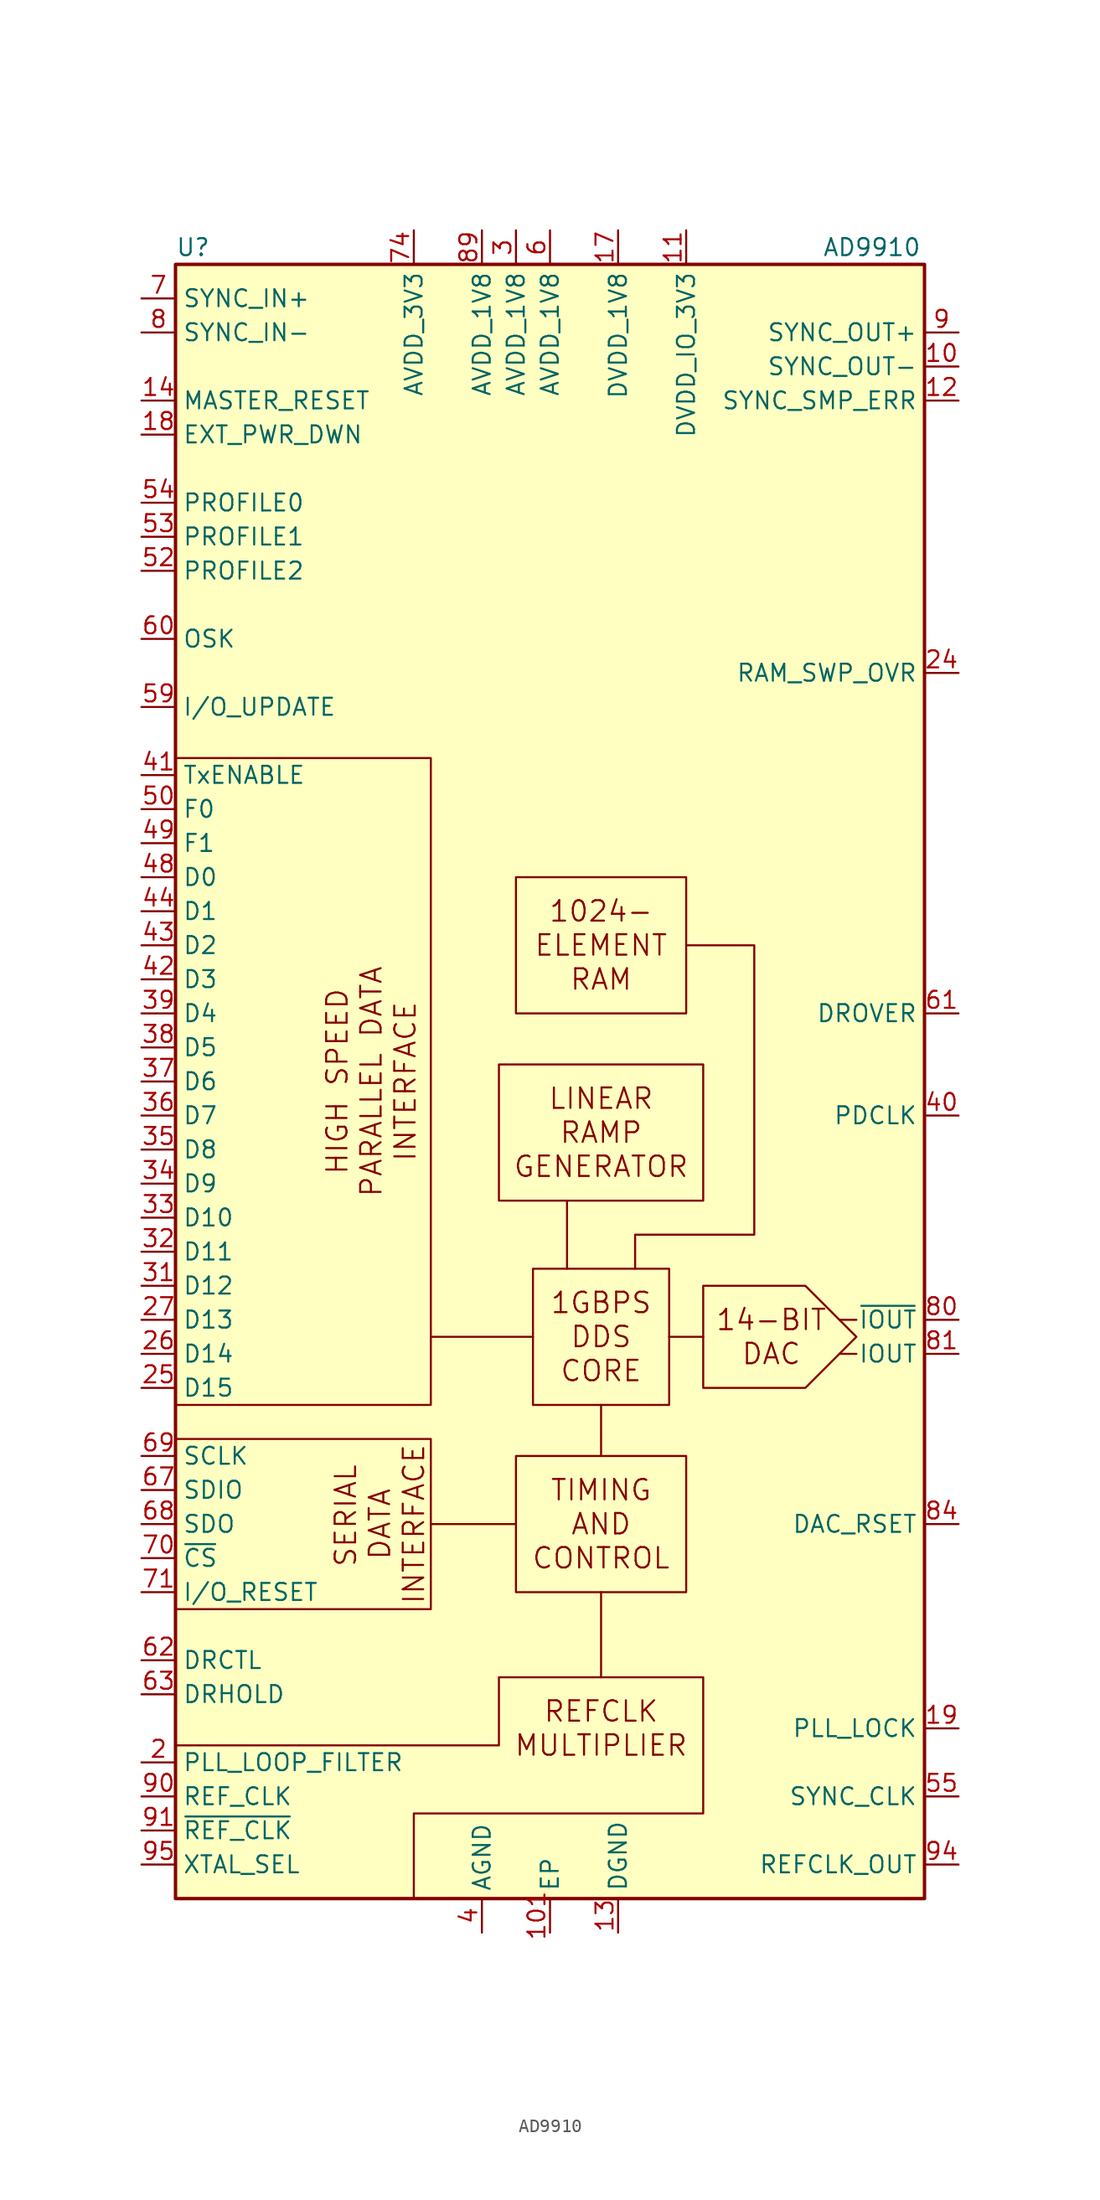
<source format=kicad_sym>
(kicad_symbol_lib
  (version 20200908)
  (generator kicad_symbol_editor)
  (symbol "Interface:AD9910"
    (property "Reference" "U"
      (at -27.94 62.23 0)
      (effects (font (size 1.27 1.27)) (justify left)))
    (property "Value" "AD9910"
      (at 20.32 62.23 0)
      (effects (font (size 1.27 1.27)) (justify left)))
    (symbol "AD9910_0_0"
      (text "1024-" (at 3.81 12.7 0) (effects (font (size 1.524 1.524))))
      (text "1GBPS" (at 3.81 -16.51 0) (effects (font (size 1.524 1.524))))
      (text "AND" (at 3.81 -33.02 0) (effects (font (size 1.524 1.524))))
      (text "CONTROL" (at 3.81 -35.56 0) (effects (font (size 1.524 1.524))))
      (text "CORE" (at 3.81 -21.59 0) (effects (font (size 1.524 1.524))))
      (text "DAC" (at 16.51 -20.32 0) (effects (font (size 1.524 1.524))))
      (text "DATA" (at -12.7 -33.02 900) (effects (font (size 1.524 1.524))))
      (text "DDS" (at 3.81 -19.05 0) (effects (font (size 1.524 1.524))))
      (text "ELEMENT" (at 3.81 10.16 0) (effects (font (size 1.524 1.524))))
      (text "GENERATOR" (at 3.81 -6.35 0) (effects (font (size 1.524 1.524))))
      (text "HIGH SPEED" (at -15.875 0 900) (effects (font (size 1.524 1.524))))
      (text "INTERFACE" (at -10.795 0 900) (effects (font (size 1.524 1.524))))
      (text "INTERFACE" (at -10.16 -33.02 900) (effects (font (size 1.524 1.524))))
      (text "LINEAR" (at 3.81 -1.27 0) (effects (font (size 1.524 1.524))))
      (text "MULTIPLIER" (at 3.81 -49.53 0) (effects (font (size 1.524 1.524))))
      (text "PARALLEL DATA" (at -13.335 0 900) (effects (font (size 1.524 1.524))))
      (text "RAM" (at 3.81 7.62 0) (effects (font (size 1.524 1.524))))
      (text "RAMP" (at 3.81 -3.81 0) (effects (font (size 1.524 1.524))))
      (text "REFCLK" (at 3.81 -46.99 0) (effects (font (size 1.524 1.524))))
      (text "SERIAL" (at -15.24 -32.385 900) (effects (font (size 1.524 1.524))))
      (text "TIMING" (at 3.81 -30.48 0) (effects (font (size 1.524 1.524))))
      (rectangle (start -2.54 -27.94) (end 10.16 -38.1) (stroke (width 0)) (fill (type none)))
      (rectangle (start -2.54 15.24) (end 10.16 5.08) (stroke (width 0)) (fill (type none)))
      (rectangle (start 8.89 -13.97) (end -1.27 -24.13) (stroke (width 0)) (fill (type none)))
      (rectangle (start 11.43 -8.89) (end -3.81 1.27) (stroke (width 0)) (fill (type none)))
      (polyline (pts (xy -2.54 -33.02) (xy -8.89 -33.02)) (stroke (width 0)) (fill (type none)))
      (polyline (pts (xy -1.27 -19.05) (xy -8.89 -19.05)) (stroke (width 0)) (fill (type none)))
      (polyline (pts (xy 1.27 -13.97) (xy 1.27 -8.89)) (stroke (width 0)) (fill (type none)))
      (polyline (pts (xy 3.81 -38.1) (xy 3.81 -44.45)) (stroke (width 0)) (fill (type none)))
      (polyline (pts (xy 3.81 -24.13) (xy 3.81 -27.94)) (stroke (width 0)) (fill (type none)))
      (polyline (pts (xy 11.43 -19.05) (xy 8.89 -19.05)) (stroke (width 0)) (fill (type none)))
      (polyline (pts (xy 21.59 -20.32) (xy 22.86 -20.32)) (stroke (width 0)) (fill (type none)))
      (polyline (pts (xy 22.86 -17.78) (xy 21.59 -17.78)) (stroke (width 0)) (fill (type none)))
      (polyline (pts (xy -27.94 -26.67) (xy -8.89 -26.67) (xy -8.89 -39.37) (xy -27.94 -39.37)) (stroke (width 0)) (fill (type none)))
      (polyline (pts (xy -27.94 24.13) (xy -8.89 24.13) (xy -8.89 -24.13) (xy -27.94 -24.13)) (stroke (width 0)) (fill (type none)))
      (polyline (pts (xy 10.16 10.16) (xy 15.24 10.16) (xy 15.24 -11.43) (xy 6.35 -11.43) (xy 6.35 -13.97)) (stroke (width 0)) (fill (type none)))
      (polyline (pts (xy 22.86 -19.05) (xy 19.05 -15.24) (xy 11.43 -15.24) (xy 11.43 -22.86) (xy 19.05 -22.86) (xy 22.86 -19.05)) (stroke (width 0)) (fill (type none)))
      (polyline (pts (xy -10.16 -60.96) (xy -10.16 -54.61) (xy 11.43 -54.61) (xy 11.43 -44.45) (xy -3.81 -44.45) (xy -3.81 -49.53) (xy -27.94 -49.53)) (stroke (width 0)) (fill (type none))))
    (symbol "AD9910_1_0"
      (text "14-BIT" (at 16.51 -17.78 0) (effects (font (size 1.524 1.524)))))
    (symbol "AD9910_0_1"
      (rectangle (start -27.94 60.96) (end 27.94 -60.96) (stroke (width 0.254)) (fill (type background))))
    (symbol "AD9910_1_1"
      (pin unconnected line (at 27.94 48.26 180) (length 2.54) hide (name "NC" (effects (font (size 1.27 1.27)))) (number "1" (effects (font (size 1.27 1.27)))))
      (pin output line (at 30.48 53.34 180) (length 2.54) (name "SYNC_OUT-" (effects (font (size 1.27 1.27)))) (number "10" (effects (font (size 1.27 1.27)))))
      (pin unconnected line (at 27.94 22.86 180) (length 2.54) hide (name "NC" (effects (font (size 1.27 1.27)))) (number "100" (effects (font (size 1.27 1.27)))))
      (pin power_in line (at 0 -63.5 90) (length 2.54) (name "EP" (effects (font (size 1.27 1.27)))) (number "101" (effects (font (size 1.27 1.27)))))
      (pin power_in line (at 10.16 63.5 270) (length 2.54) (name "DVDD_IO_3V3" (effects (font (size 1.27 1.27)))) (number "11" (effects (font (size 1.27 1.27)))))
      (pin output line (at 30.48 50.8 180) (length 2.54) (name "SYNC_SMP_ERR" (effects (font (size 1.27 1.27)))) (number "12" (effects (font (size 1.27 1.27)))))
      (pin power_in line (at 5.08 -63.5 90) (length 2.54) (name "DGND" (effects (font (size 1.27 1.27)))) (number "13" (effects (font (size 1.27 1.27)))))
      (pin input line (at -30.48 50.8 0) (length 2.54) (name "MASTER_RESET" (effects (font (size 1.27 1.27)))) (number "14" (effects (font (size 1.27 1.27)))))
      (pin passive line (at 10.16 63.5 270) (length 2.54) hide (name "DVDD_IO_3V3" (effects (font (size 1.27 1.27)))) (number "15" (effects (font (size 1.27 1.27)))))
      (pin passive line (at 5.08 -63.5 90) (length 2.54) hide (name "DGND" (effects (font (size 1.27 1.27)))) (number "16" (effects (font (size 1.27 1.27)))))
      (pin power_in line (at 5.08 63.5 270) (length 2.54) (name "DVDD_1V8" (effects (font (size 1.27 1.27)))) (number "17" (effects (font (size 1.27 1.27)))))
      (pin input line (at -30.48 48.26 0) (length 2.54) (name "EXT_PWR_DWN" (effects (font (size 1.27 1.27)))) (number "18" (effects (font (size 1.27 1.27)))))
      (pin output line (at 30.48 -48.26 180) (length 2.54) (name "PLL_LOCK" (effects (font (size 1.27 1.27)))) (number "19" (effects (font (size 1.27 1.27)))))
      (pin input line (at -30.48 -50.8 0) (length 2.54) (name "PLL_LOOP_FILTER" (effects (font (size 1.27 1.27)))) (number "2" (effects (font (size 1.27 1.27)))))
      (pin unconnected line (at 27.94 45.72 180) (length 2.54) hide (name "NC" (effects (font (size 1.27 1.27)))) (number "20" (effects (font (size 1.27 1.27)))))
      (pin passive line (at 10.16 63.5 270) (length 2.54) hide (name "DVDD_IO_3V3" (effects (font (size 1.27 1.27)))) (number "21" (effects (font (size 1.27 1.27)))))
      (pin passive line (at 5.08 -63.5 90) (length 2.54) hide (name "DGND" (effects (font (size 1.27 1.27)))) (number "22" (effects (font (size 1.27 1.27)))))
      (pin passive line (at 5.08 63.5 270) (length 2.54) hide (name "DVDD_1V8" (effects (font (size 1.27 1.27)))) (number "23" (effects (font (size 1.27 1.27)))))
      (pin output line (at 30.48 30.48 180) (length 2.54) (name "RAM_SWP_OVR" (effects (font (size 1.27 1.27)))) (number "24" (effects (font (size 1.27 1.27)))))
      (pin input line (at -30.48 -22.86 0) (length 2.54) (name "D15" (effects (font (size 1.27 1.27)))) (number "25" (effects (font (size 1.27 1.27)))))
      (pin input line (at -30.48 -20.32 0) (length 2.54) (name "D14" (effects (font (size 1.27 1.27)))) (number "26" (effects (font (size 1.27 1.27)))))
      (pin input line (at -30.48 -17.78 0) (length 2.54) (name "D13" (effects (font (size 1.27 1.27)))) (number "27" (effects (font (size 1.27 1.27)))))
      (pin passive line (at 10.16 63.5 270) (length 2.54) hide (name "DVDD_IO_3V3" (effects (font (size 1.27 1.27)))) (number "28" (effects (font (size 1.27 1.27)))))
      (pin passive line (at 5.08 -63.5 90) (length 2.54) hide (name "DGND" (effects (font (size 1.27 1.27)))) (number "29" (effects (font (size 1.27 1.27)))))
      (pin power_in line (at -2.54 63.5 270) (length 2.54) (name "AVDD_1V8" (effects (font (size 1.27 1.27)))) (number "3" (effects (font (size 1.27 1.27)))))
      (pin passive line (at 5.08 63.5 270) (length 2.54) hide (name "DVDD_1V8" (effects (font (size 1.27 1.27)))) (number "30" (effects (font (size 1.27 1.27)))))
      (pin input line (at -30.48 -15.24 0) (length 2.54) (name "D12" (effects (font (size 1.27 1.27)))) (number "31" (effects (font (size 1.27 1.27)))))
      (pin input line (at -30.48 -12.7 0) (length 2.54) (name "D11" (effects (font (size 1.27 1.27)))) (number "32" (effects (font (size 1.27 1.27)))))
      (pin input line (at -30.48 -10.16 0) (length 2.54) (name "D10" (effects (font (size 1.27 1.27)))) (number "33" (effects (font (size 1.27 1.27)))))
      (pin input line (at -30.48 -7.62 0) (length 2.54) (name "D9" (effects (font (size 1.27 1.27)))) (number "34" (effects (font (size 1.27 1.27)))))
      (pin input line (at -30.48 -5.08 0) (length 2.54) (name "D8" (effects (font (size 1.27 1.27)))) (number "35" (effects (font (size 1.27 1.27)))))
      (pin input line (at -30.48 -2.54 0) (length 2.54) (name "D7" (effects (font (size 1.27 1.27)))) (number "36" (effects (font (size 1.27 1.27)))))
      (pin input line (at -30.48 0 0) (length 2.54) (name "D6" (effects (font (size 1.27 1.27)))) (number "37" (effects (font (size 1.27 1.27)))))
      (pin input line (at -30.48 2.54 0) (length 2.54) (name "D5" (effects (font (size 1.27 1.27)))) (number "38" (effects (font (size 1.27 1.27)))))
      (pin input line (at -30.48 5.08 0) (length 2.54) (name "D4" (effects (font (size 1.27 1.27)))) (number "39" (effects (font (size 1.27 1.27)))))
      (pin power_in line (at -5.08 -63.5 90) (length 2.54) (name "AGND" (effects (font (size 1.27 1.27)))) (number "4" (effects (font (size 1.27 1.27)))))
      (pin output line (at 30.48 -2.54 180) (length 2.54) (name "PDCLK" (effects (font (size 1.27 1.27)))) (number "40" (effects (font (size 1.27 1.27)))))
      (pin input line (at -30.48 22.86 0) (length 2.54) (name "TxENABLE" (effects (font (size 1.27 1.27)))) (number "41" (effects (font (size 1.27 1.27)))))
      (pin input line (at -30.48 7.62 0) (length 2.54) (name "D3" (effects (font (size 1.27 1.27)))) (number "42" (effects (font (size 1.27 1.27)))))
      (pin input line (at -30.48 10.16 0) (length 2.54) (name "D2" (effects (font (size 1.27 1.27)))) (number "43" (effects (font (size 1.27 1.27)))))
      (pin input line (at -30.48 12.7 0) (length 2.54) (name "D1" (effects (font (size 1.27 1.27)))) (number "44" (effects (font (size 1.27 1.27)))))
      (pin passive line (at 10.16 63.5 270) (length 2.54) hide (name "DVDD_IO_3V3" (effects (font (size 1.27 1.27)))) (number "45" (effects (font (size 1.27 1.27)))))
      (pin passive line (at 5.08 -63.5 90) (length 2.54) hide (name "DGND" (effects (font (size 1.27 1.27)))) (number "46" (effects (font (size 1.27 1.27)))))
      (pin passive line (at 5.08 63.5 270) (length 2.54) hide (name "DVDD_1V8" (effects (font (size 1.27 1.27)))) (number "47" (effects (font (size 1.27 1.27)))))
      (pin input line (at -30.48 15.24 0) (length 2.54) (name "D0" (effects (font (size 1.27 1.27)))) (number "48" (effects (font (size 1.27 1.27)))))
      (pin input line (at -30.48 17.78 0) (length 2.54) (name "F1" (effects (font (size 1.27 1.27)))) (number "49" (effects (font (size 1.27 1.27)))))
      (pin passive line (at -5.08 -63.5 90) (length 2.54) hide (name "AGND" (effects (font (size 1.27 1.27)))) (number "5" (effects (font (size 1.27 1.27)))))
      (pin input line (at -30.48 20.32 0) (length 2.54) (name "F0" (effects (font (size 1.27 1.27)))) (number "50" (effects (font (size 1.27 1.27)))))
      (pin passive line (at 5.08 -63.5 90) (length 2.54) hide (name "DGND" (effects (font (size 1.27 1.27)))) (number "51" (effects (font (size 1.27 1.27)))))
      (pin input line (at -30.48 38.1 0) (length 2.54) (name "PROFILE2" (effects (font (size 1.27 1.27)))) (number "52" (effects (font (size 1.27 1.27)))))
      (pin input line (at -30.48 40.64 0) (length 2.54) (name "PROFILE1" (effects (font (size 1.27 1.27)))) (number "53" (effects (font (size 1.27 1.27)))))
      (pin input line (at -30.48 43.18 0) (length 2.54) (name "PROFILE0" (effects (font (size 1.27 1.27)))) (number "54" (effects (font (size 1.27 1.27)))))
      (pin output line (at 30.48 -53.34 180) (length 2.54) (name "SYNC_CLK" (effects (font (size 1.27 1.27)))) (number "55" (effects (font (size 1.27 1.27)))))
      (pin passive line (at 10.16 63.5 270) (length 2.54) hide (name "DVDD_IO_3V3" (effects (font (size 1.27 1.27)))) (number "56" (effects (font (size 1.27 1.27)))))
      (pin passive line (at 5.08 63.5 270) (length 2.54) hide (name "DVDD_1V8" (effects (font (size 1.27 1.27)))) (number "57" (effects (font (size 1.27 1.27)))))
      (pin passive line (at 5.08 -63.5 90) (length 2.54) hide (name "DGND" (effects (font (size 1.27 1.27)))) (number "58" (effects (font (size 1.27 1.27)))))
      (pin bidirectional line (at -30.48 27.94 0) (length 2.54) (name "I/O_UPDATE" (effects (font (size 1.27 1.27)))) (number "59" (effects (font (size 1.27 1.27)))))
      (pin power_in line (at 0 63.5 270) (length 2.54) (name "AVDD_1V8" (effects (font (size 1.27 1.27)))) (number "6" (effects (font (size 1.27 1.27)))))
      (pin input line (at -30.48 33.02 0) (length 2.54) (name "OSK" (effects (font (size 1.27 1.27)))) (number "60" (effects (font (size 1.27 1.27)))))
      (pin output line (at 30.48 5.08 180) (length 2.54) (name "DROVER" (effects (font (size 1.27 1.27)))) (number "61" (effects (font (size 1.27 1.27)))))
      (pin input line (at -30.48 -43.18 0) (length 2.54) (name "DRCTL" (effects (font (size 1.27 1.27)))) (number "62" (effects (font (size 1.27 1.27)))))
      (pin input line (at -30.48 -45.72 0) (length 2.54) (name "DRHOLD" (effects (font (size 1.27 1.27)))) (number "63" (effects (font (size 1.27 1.27)))))
      (pin passive line (at 5.08 63.5 270) (length 2.54) hide (name "DVDD_1V8" (effects (font (size 1.27 1.27)))) (number "64" (effects (font (size 1.27 1.27)))))
      (pin passive line (at 5.08 -63.5 90) (length 2.54) hide (name "DGND" (effects (font (size 1.27 1.27)))) (number "65" (effects (font (size 1.27 1.27)))))
      (pin passive line (at 10.16 63.5 270) (length 2.54) hide (name "DVDD_IO_3V3" (effects (font (size 1.27 1.27)))) (number "66" (effects (font (size 1.27 1.27)))))
      (pin bidirectional line (at -30.48 -30.48 0) (length 2.54) (name "SDIO" (effects (font (size 1.27 1.27)))) (number "67" (effects (font (size 1.27 1.27)))))
      (pin output line (at -30.48 -33.02 0) (length 2.54) (name "SDO" (effects (font (size 1.27 1.27)))) (number "68" (effects (font (size 1.27 1.27)))))
      (pin input line (at -30.48 -27.94 0) (length 2.54) (name "SCLK" (effects (font (size 1.27 1.27)))) (number "69" (effects (font (size 1.27 1.27)))))
      (pin input line (at -30.48 58.42 0) (length 2.54) (name "SYNC_IN+" (effects (font (size 1.27 1.27)))) (number "7" (effects (font (size 1.27 1.27)))))
      (pin input line (at -30.48 -35.56 0) (length 2.54) (name "~CS" (effects (font (size 1.27 1.27)))) (number "70" (effects (font (size 1.27 1.27)))))
      (pin input line (at -30.48 -38.1 0) (length 2.54) (name "I/O_RESET" (effects (font (size 1.27 1.27)))) (number "71" (effects (font (size 1.27 1.27)))))
      (pin unconnected line (at 27.94 43.18 180) (length 2.54) hide (name "NC" (effects (font (size 1.27 1.27)))) (number "72" (effects (font (size 1.27 1.27)))))
      (pin passive line (at -5.08 -63.5 90) (length 2.54) hide (name "AGND" (effects (font (size 1.27 1.27)))) (number "73" (effects (font (size 1.27 1.27)))))
      (pin power_in line (at -10.16 63.5 270) (length 2.54) (name "AVDD_3V3" (effects (font (size 1.27 1.27)))) (number "74" (effects (font (size 1.27 1.27)))))
      (pin passive line (at -10.16 63.5 270) (length 2.54) hide (name "AVDD_3V3" (effects (font (size 1.27 1.27)))) (number "75" (effects (font (size 1.27 1.27)))))
      (pin passive line (at -10.16 63.5 270) (length 2.54) hide (name "AVDD_3V3" (effects (font (size 1.27 1.27)))) (number "76" (effects (font (size 1.27 1.27)))))
      (pin passive line (at -10.16 63.5 270) (length 2.54) hide (name "AVDD_3V3" (effects (font (size 1.27 1.27)))) (number "77" (effects (font (size 1.27 1.27)))))
      (pin passive line (at -5.08 -63.5 90) (length 2.54) hide (name "AGND" (effects (font (size 1.27 1.27)))) (number "78" (effects (font (size 1.27 1.27)))))
      (pin passive line (at -5.08 -63.5 90) (length 2.54) hide (name "AGND" (effects (font (size 1.27 1.27)))) (number "79" (effects (font (size 1.27 1.27)))))
      (pin input line (at -30.48 55.88 0) (length 2.54) (name "SYNC_IN-" (effects (font (size 1.27 1.27)))) (number "8" (effects (font (size 1.27 1.27)))))
      (pin output line (at 30.48 -17.78 180) (length 2.54) (name "~IOUT" (effects (font (size 1.27 1.27)))) (number "80" (effects (font (size 1.27 1.27)))))
      (pin output line (at 30.48 -20.32 180) (length 2.54) (name "IOUT" (effects (font (size 1.27 1.27)))) (number "81" (effects (font (size 1.27 1.27)))))
      (pin passive line (at -5.08 -63.5 90) (length 2.54) hide (name "AGND" (effects (font (size 1.27 1.27)))) (number "82" (effects (font (size 1.27 1.27)))))
      (pin passive line (at -10.16 63.5 270) (length 2.54) hide (name "AVDD_3V3" (effects (font (size 1.27 1.27)))) (number "83" (effects (font (size 1.27 1.27)))))
      (pin output line (at 30.48 -33.02 180) (length 2.54) (name "DAC_RSET" (effects (font (size 1.27 1.27)))) (number "84" (effects (font (size 1.27 1.27)))))
      (pin passive line (at -5.08 -63.5 90) (length 2.54) hide (name "AGND" (effects (font (size 1.27 1.27)))) (number "85" (effects (font (size 1.27 1.27)))))
      (pin unconnected line (at 27.94 40.64 180) (length 2.54) hide (name "NC" (effects (font (size 1.27 1.27)))) (number "86" (effects (font (size 1.27 1.27)))))
      (pin unconnected line (at 27.94 38.1 180) (length 2.54) hide (name "NC" (effects (font (size 1.27 1.27)))) (number "87" (effects (font (size 1.27 1.27)))))
      (pin passive line (at -5.08 -63.5 90) (length 2.54) hide (name "AGND" (effects (font (size 1.27 1.27)))) (number "88" (effects (font (size 1.27 1.27)))))
      (pin power_in line (at -5.08 63.5 270) (length 2.54) (name "AVDD_1V8" (effects (font (size 1.27 1.27)))) (number "89" (effects (font (size 1.27 1.27)))))
      (pin output line (at 30.48 55.88 180) (length 2.54) (name "SYNC_OUT+" (effects (font (size 1.27 1.27)))) (number "9" (effects (font (size 1.27 1.27)))))
      (pin input line (at -30.48 -53.34 0) (length 2.54) (name "REF_CLK" (effects (font (size 1.27 1.27)))) (number "90" (effects (font (size 1.27 1.27)))))
      (pin input line (at -30.48 -55.88 0) (length 2.54) (name "~REF_CLK" (effects (font (size 1.27 1.27)))) (number "91" (effects (font (size 1.27 1.27)))))
      (pin passive line (at -5.08 63.5 270) (length 2.54) hide (name "AVDD_1V8" (effects (font (size 1.27 1.27)))) (number "92" (effects (font (size 1.27 1.27)))))
      (pin unconnected line (at 27.94 35.56 180) (length 2.54) hide (name "NC" (effects (font (size 1.27 1.27)))) (number "93" (effects (font (size 1.27 1.27)))))
      (pin output line (at 30.48 -58.42 180) (length 2.54) (name "REFCLK_OUT" (effects (font (size 1.27 1.27)))) (number "94" (effects (font (size 1.27 1.27)))))
      (pin input line (at -30.48 -58.42 0) (length 2.54) (name "XTAL_SEL" (effects (font (size 1.27 1.27)))) (number "95" (effects (font (size 1.27 1.27)))))
      (pin passive line (at -5.08 -63.5 90) (length 2.54) hide (name "AGND" (effects (font (size 1.27 1.27)))) (number "96" (effects (font (size 1.27 1.27)))))
      (pin unconnected line (at 27.94 33.02 180) (length 2.54) hide (name "NC" (effects (font (size 1.27 1.27)))) (number "97" (effects (font (size 1.27 1.27)))))
      (pin unconnected line (at 27.94 27.94 180) (length 2.54) hide (name "NC" (effects (font (size 1.27 1.27)))) (number "98" (effects (font (size 1.27 1.27)))))
      (pin unconnected line (at 27.94 25.4 180) (length 2.54) hide (name "NC" (effects (font (size 1.27 1.27)))) (number "99" (effects (font (size 1.27 1.27))))))))
</source>
